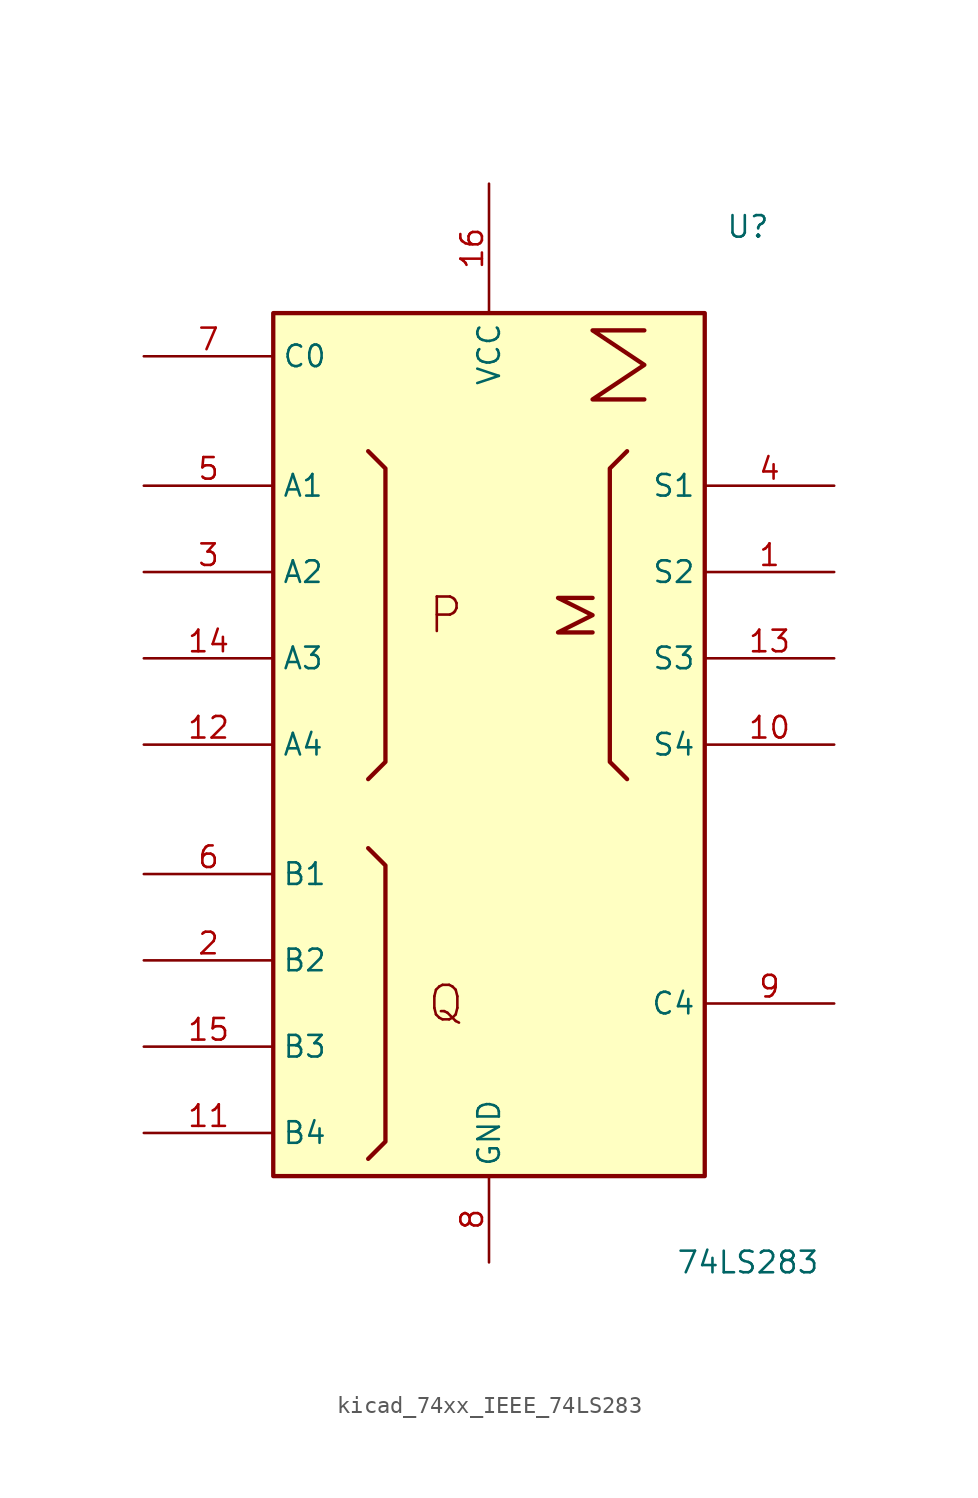
<source format=kicad_sym>
(kicad_symbol_lib
  (version 20220914)
  (generator kicad_symbol_editor)
  (symbol "kicad_74xx_IEEE_74LS283"
    (property "Reference" "U"
      (at 15.24 30.48 0)
      (effects (font (size 1.27 1.27))))
    (property "Value" "74LS283"
      (at 15.24 -30.48 0)
      (effects (font (size 1.27 1.27))))
    (symbol "kicad_74xx_IEEE_74LS283_0_0"
      (rectangle (start -12.7 25.4) (end 12.7 -25.4) (stroke (width 0.254) (type default)) (fill (type background)))
      (polyline (pts (xy -7.112 -6.096) (xy -6.096 -7.112) (xy -6.096 -23.368) (xy -7.112 -24.384) (xy -7.112 -24.384)) (stroke (width 0.254) (type default)) (fill (type background)))
      (polyline (pts (xy -7.112 17.272) (xy -6.096 16.256) (xy -6.096 -1.016) (xy -7.112 -2.032) (xy -7.112 -2.032)) (stroke (width 0.254) (type default)) (fill (type background)))
      (polyline (pts (xy 8.128 17.272) (xy 7.112 16.256) (xy 7.112 -1.016) (xy 8.128 -2.032) (xy 8.128 -2.032)) (stroke (width 0.254) (type default)) (fill (type background)))
      (polyline (pts (xy 6.096 8.636) (xy 4.064 8.636) (xy 6.096 7.62) (xy 4.064 6.604) (xy 6.096 6.604) (xy 6.096 6.604)) (stroke (width 0.254) (type default)) (fill (type background)))
      (polyline (pts (xy 9.144 24.384) (xy 6.096 24.384) (xy 9.144 22.352) (xy 6.096 20.32) (xy 9.144 20.32) (xy 9.144 20.32)) (stroke (width 0.254) (type default)) (fill (type background)))
      (text "P" (at -2.54 7.62 0) (effects (font (size 2.032 2.032))))
      (text "Q" (at -2.54 -15.24 0) (effects (font (size 2.032 2.032))))
      (pin power_in line (at 0 33.02 270) (length 7.62) (name "VCC" (effects (font (size 1.27 1.27)))) (number "16" (effects (font (size 1.27 1.27)))))
      (pin power_in line (at 0 -30.48 90) (length 5.08) (name "GND" (effects (font (size 1.27 1.27)))) (number "8" (effects (font (size 1.27 1.27))))))
    (symbol "kicad_74xx_IEEE_74LS283_1_1"
      (pin output line (at 20.32 10.16 180) (length 7.62) (name "S2" (effects (font (size 1.27 1.27)))) (number "1" (effects (font (size 1.27 1.27)))))
      (pin output line (at 20.32 0 180) (length 7.62) (name "S4" (effects (font (size 1.27 1.27)))) (number "10" (effects (font (size 1.27 1.27)))))
      (pin input line (at -20.32 -22.86 0) (length 7.62) (name "B4" (effects (font (size 1.27 1.27)))) (number "11" (effects (font (size 1.27 1.27)))))
      (pin input line (at -20.32 0 0) (length 7.62) (name "A4" (effects (font (size 1.27 1.27)))) (number "12" (effects (font (size 1.27 1.27)))))
      (pin output line (at 20.32 5.08 180) (length 7.62) (name "S3" (effects (font (size 1.27 1.27)))) (number "13" (effects (font (size 1.27 1.27)))))
      (pin input line (at -20.32 5.08 0) (length 7.62) (name "A3" (effects (font (size 1.27 1.27)))) (number "14" (effects (font (size 1.27 1.27)))))
      (pin input line (at -20.32 -17.78 0) (length 7.62) (name "B3" (effects (font (size 1.27 1.27)))) (number "15" (effects (font (size 1.27 1.27)))))
      (pin input line (at -20.32 -12.7 0) (length 7.62) (name "B2" (effects (font (size 1.27 1.27)))) (number "2" (effects (font (size 1.27 1.27)))))
      (pin input line (at -20.32 10.16 0) (length 7.62) (name "A2" (effects (font (size 1.27 1.27)))) (number "3" (effects (font (size 1.27 1.27)))))
      (pin output line (at 20.32 15.24 180) (length 7.62) (name "S1" (effects (font (size 1.27 1.27)))) (number "4" (effects (font (size 1.27 1.27)))))
      (pin input line (at -20.32 15.24 0) (length 7.62) (name "A1" (effects (font (size 1.27 1.27)))) (number "5" (effects (font (size 1.27 1.27)))))
      (pin input line (at -20.32 -7.62 0) (length 7.62) (name "B1" (effects (font (size 1.27 1.27)))) (number "6" (effects (font (size 1.27 1.27)))))
      (pin input line (at -20.32 22.86 0) (length 7.62) (name "C0" (effects (font (size 1.27 1.27)))) (number "7" (effects (font (size 1.27 1.27)))))
      (pin output line (at 20.32 -15.24 180) (length 7.62) (name "C4" (effects (font (size 1.27 1.27)))) (number "9" (effects (font (size 1.27 1.27))))))))
</source>
